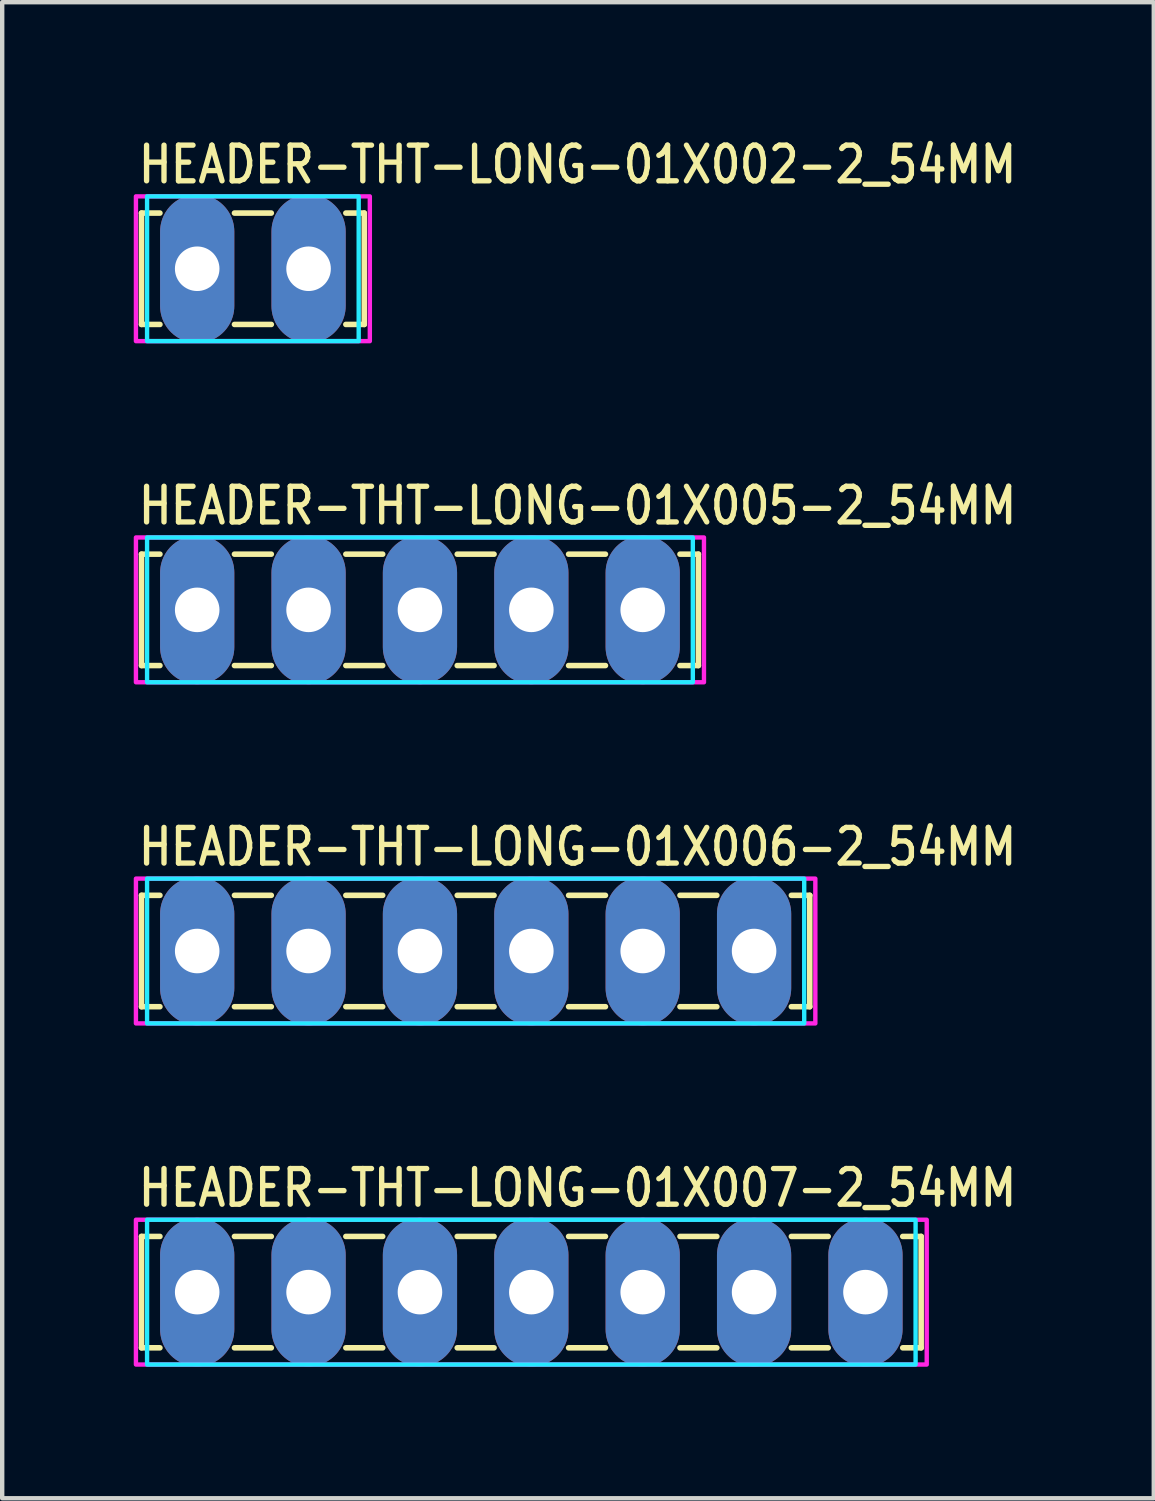
<source format=kicad_pcb>
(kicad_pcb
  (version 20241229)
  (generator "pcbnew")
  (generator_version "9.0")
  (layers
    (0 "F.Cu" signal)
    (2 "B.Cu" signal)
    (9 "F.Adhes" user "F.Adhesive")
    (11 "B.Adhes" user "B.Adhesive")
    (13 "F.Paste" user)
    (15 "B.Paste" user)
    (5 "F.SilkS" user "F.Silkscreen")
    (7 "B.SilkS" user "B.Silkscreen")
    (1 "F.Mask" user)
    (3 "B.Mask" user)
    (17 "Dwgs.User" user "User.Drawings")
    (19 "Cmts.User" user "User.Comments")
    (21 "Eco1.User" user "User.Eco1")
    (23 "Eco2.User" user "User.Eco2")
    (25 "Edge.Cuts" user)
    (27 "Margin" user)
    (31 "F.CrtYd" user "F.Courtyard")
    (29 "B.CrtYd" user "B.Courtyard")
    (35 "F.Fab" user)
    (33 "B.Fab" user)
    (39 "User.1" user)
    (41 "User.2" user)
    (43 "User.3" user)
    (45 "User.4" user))
  (footprint "HEADER-THT-LONG-01X005-2_54MM"
    (layer "F.Cu")
    (at 1.447 10.858)
    (property "Reference" "HEADER-THT-LONG-01X005-2_54MM" (at -1.4 -1.9 0) (unlocked yes) (layer "F.SilkS") (effects (font (size 0.813 0.695) (thickness 0.122)) (justify left bottom)))
    (fp_line (start -1.27 -1.27) (end -1.27 1.27) (stroke (width 0.127) (type solid)) (layer "F.SilkS"))
    (fp_line (start -1.27 1.27) (end -0.85 1.27) (stroke (width 0.127) (type solid)) (layer "F.SilkS"))
    (fp_line (start -0.85 -1.27) (end -1.27 -1.27) (stroke (width 0.127) (type solid)) (layer "F.SilkS"))
    (fp_line (start 0.85 -1.27) (end 1.69 -1.27) (stroke (width 0.127) (type solid)) (layer "F.SilkS"))
    (fp_line (start 0.85 1.27) (end 1.69 1.27) (stroke (width 0.127) (type solid)) (layer "F.SilkS"))
    (fp_line (start 3.39 -1.27) (end 4.23 -1.27) (stroke (width 0.127) (type solid)) (layer "F.SilkS"))
    (fp_line (start 3.39 1.27) (end 4.23 1.27) (stroke (width 0.127) (type solid)) (layer "F.SilkS"))
    (fp_line (start 5.93 -1.27) (end 6.77 -1.27) (stroke (width 0.127) (type solid)) (layer "F.SilkS"))
    (fp_line (start 5.93 1.27) (end 6.77 1.27) (stroke (width 0.127) (type solid)) (layer "F.SilkS"))
    (fp_line (start 8.47 -1.27) (end 9.31 -1.27) (stroke (width 0.127) (type solid)) (layer "F.SilkS"))
    (fp_line (start 8.47 1.27) (end 9.31 1.27) (stroke (width 0.127) (type solid)) (layer "F.SilkS"))
    (fp_line (start 11.01 -1.27) (end 11.43 -1.27) (stroke (width 0.127) (type solid)) (layer "F.SilkS"))
    (fp_line (start 11.43 -1.27) (end 11.43 1.27) (stroke (width 0.127) (type solid)) (layer "F.SilkS"))
    (fp_line (start 11.43 1.27) (end 11.01 1.27) (stroke (width 0.127) (type solid)) (layer "F.SilkS"))
    (fp_poly (pts (xy -1.143 -1.651) (xy 11.303 -1.651) (xy 11.303 1.651) (xy -1.143 1.651)) (stroke (width 0.1) (type solid)) (fill no) (layer "B.CrtYd"))
    (fp_poly (pts (xy -1.397 -1.651) (xy 11.557 -1.651) (xy 11.557 1.651) (xy -1.397 1.651)) (stroke (width 0.1) (type solid)) (fill no) (layer "F.CrtYd"))
    (pad "P$1" thru_hole oval (at 0 0 90) (size 3.387 1.693) (drill 1.016) (layers "*.Cu" "*.Mask"))
    (pad "P$2" thru_hole oval (at 2.54 0 90) (size 3.387 1.693) (drill 1.016) (layers "*.Cu" "*.Mask"))
    (pad "P$3" thru_hole oval (at 5.08 0 90) (size 3.387 1.693) (drill 1.016) (layers "*.Cu" "*.Mask"))
    (pad "P$4" thru_hole oval (at 7.62 0 90) (size 3.387 1.693) (drill 1.016) (layers "*.Cu" "*.Mask"))
    (pad "P$5" thru_hole oval (at 10.16 0 90) (size 3.387 1.693) (drill 1.016) (layers "*.Cu" "*.Mask")))
  (footprint "HEADER-THT-LONG-01X006-2_54MM"
    (layer "F.Cu")
    (at 1.447 18.638)
    (property "Reference" "HEADER-THT-LONG-01X006-2_54MM" (at -1.4 -1.9 0) (unlocked yes) (layer "F.SilkS") (effects (font (size 0.813 0.695) (thickness 0.122)) (justify left bottom)))
    (fp_line (start -1.27 -1.27) (end -1.27 1.27) (stroke (width 0.127) (type solid)) (layer "F.SilkS"))
    (fp_line (start -1.27 1.27) (end -0.85 1.27) (stroke (width 0.127) (type solid)) (layer "F.SilkS"))
    (fp_line (start -0.85 -1.27) (end -1.27 -1.27) (stroke (width 0.127) (type solid)) (layer "F.SilkS"))
    (fp_line (start 0.85 -1.27) (end 1.69 -1.27) (stroke (width 0.127) (type solid)) (layer "F.SilkS"))
    (fp_line (start 0.85 1.27) (end 1.69 1.27) (stroke (width 0.127) (type solid)) (layer "F.SilkS"))
    (fp_line (start 3.39 -1.27) (end 4.23 -1.27) (stroke (width 0.127) (type solid)) (layer "F.SilkS"))
    (fp_line (start 3.39 1.27) (end 4.23 1.27) (stroke (width 0.127) (type solid)) (layer "F.SilkS"))
    (fp_line (start 5.93 -1.27) (end 6.77 -1.27) (stroke (width 0.127) (type solid)) (layer "F.SilkS"))
    (fp_line (start 5.93 1.27) (end 6.77 1.27) (stroke (width 0.127) (type solid)) (layer "F.SilkS"))
    (fp_line (start 8.47 -1.27) (end 9.31 -1.27) (stroke (width 0.127) (type solid)) (layer "F.SilkS"))
    (fp_line (start 8.47 1.27) (end 9.31 1.27) (stroke (width 0.127) (type solid)) (layer "F.SilkS"))
    (fp_line (start 11.01 -1.27) (end 11.85 -1.27) (stroke (width 0.127) (type solid)) (layer "F.SilkS"))
    (fp_line (start 11.01 1.27) (end 11.85 1.27) (stroke (width 0.127) (type solid)) (layer "F.SilkS"))
    (fp_line (start 13.55 -1.27) (end 13.97 -1.27) (stroke (width 0.127) (type solid)) (layer "F.SilkS"))
    (fp_line (start 13.97 -1.27) (end 13.97 1.27) (stroke (width 0.127) (type solid)) (layer "F.SilkS"))
    (fp_line (start 13.97 1.27) (end 13.55 1.27) (stroke (width 0.127) (type solid)) (layer "F.SilkS"))
    (fp_poly (pts (xy -1.143 -1.651) (xy 13.843 -1.651) (xy 13.843 1.651) (xy -1.143 1.651)) (stroke (width 0.1) (type solid)) (fill no) (layer "B.CrtYd"))
    (fp_poly (pts (xy -1.397 -1.651) (xy 14.097 -1.651) (xy 14.097 1.651) (xy -1.397 1.651)) (stroke (width 0.1) (type solid)) (fill no) (layer "F.CrtYd"))
    (pad "P$1" thru_hole oval (at 0 0 90) (size 3.387 1.693) (drill 1.016) (layers "*.Cu" "*.Mask"))
    (pad "P$2" thru_hole oval (at 2.54 0 90) (size 3.387 1.693) (drill 1.016) (layers "*.Cu" "*.Mask"))
    (pad "P$3" thru_hole oval (at 5.08 0 90) (size 3.387 1.693) (drill 1.016) (layers "*.Cu" "*.Mask"))
    (pad "P$4" thru_hole oval (at 7.62 0 90) (size 3.387 1.693) (drill 1.016) (layers "*.Cu" "*.Mask"))
    (pad "P$5" thru_hole oval (at 10.16 0 90) (size 3.387 1.693) (drill 1.016) (layers "*.Cu" "*.Mask"))
    (pad "P$6" thru_hole oval (at 12.7 0 90) (size 3.387 1.693) (drill 1.016) (layers "*.Cu" "*.Mask")))
  (footprint "HEADER-THT-LONG-01X007-2_54MM"
    (layer "F.Cu")
    (at 1.447 26.417)
    (property "Reference" "HEADER-THT-LONG-01X007-2_54MM" (at -1.4 -1.9 0) (unlocked yes) (layer "F.SilkS") (effects (font (size 0.813 0.695) (thickness 0.122)) (justify left bottom)))
    (fp_line (start -1.27 -1.27) (end -1.27 1.27) (stroke (width 0.127) (type solid)) (layer "F.SilkS"))
    (fp_line (start -1.27 1.27) (end -0.85 1.27) (stroke (width 0.127) (type solid)) (layer "F.SilkS"))
    (fp_line (start -0.85 -1.27) (end -1.27 -1.27) (stroke (width 0.127) (type solid)) (layer "F.SilkS"))
    (fp_line (start 0.85 -1.27) (end 1.69 -1.27) (stroke (width 0.127) (type solid)) (layer "F.SilkS"))
    (fp_line (start 0.85 1.27) (end 1.69 1.27) (stroke (width 0.127) (type solid)) (layer "F.SilkS"))
    (fp_line (start 3.39 -1.27) (end 4.23 -1.27) (stroke (width 0.127) (type solid)) (layer "F.SilkS"))
    (fp_line (start 3.39 1.27) (end 4.23 1.27) (stroke (width 0.127) (type solid)) (layer "F.SilkS"))
    (fp_line (start 5.93 -1.27) (end 6.77 -1.27) (stroke (width 0.127) (type solid)) (layer "F.SilkS"))
    (fp_line (start 5.93 1.27) (end 6.77 1.27) (stroke (width 0.127) (type solid)) (layer "F.SilkS"))
    (fp_line (start 8.47 -1.27) (end 9.31 -1.27) (stroke (width 0.127) (type solid)) (layer "F.SilkS"))
    (fp_line (start 8.47 1.27) (end 9.31 1.27) (stroke (width 0.127) (type solid)) (layer "F.SilkS"))
    (fp_line (start 11.01 -1.27) (end 11.85 -1.27) (stroke (width 0.127) (type solid)) (layer "F.SilkS"))
    (fp_line (start 11.01 1.27) (end 11.85 1.27) (stroke (width 0.127) (type solid)) (layer "F.SilkS"))
    (fp_line (start 13.55 -1.27) (end 14.39 -1.27) (stroke (width 0.127) (type solid)) (layer "F.SilkS"))
    (fp_line (start 13.55 1.27) (end 14.39 1.27) (stroke (width 0.127) (type solid)) (layer "F.SilkS"))
    (fp_line (start 16.09 -1.27) (end 16.51 -1.27) (stroke (width 0.127) (type solid)) (layer "F.SilkS"))
    (fp_line (start 16.51 -1.27) (end 16.51 1.27) (stroke (width 0.127) (type solid)) (layer "F.SilkS"))
    (fp_line (start 16.51 1.27) (end 16.09 1.27) (stroke (width 0.127) (type solid)) (layer "F.SilkS"))
    (fp_poly (pts (xy -1.143 -1.651) (xy 16.383 -1.651) (xy 16.383 1.651) (xy -1.143 1.651)) (stroke (width 0.1) (type solid)) (fill no) (layer "B.CrtYd"))
    (fp_poly (pts (xy -1.397 -1.651) (xy 16.637 -1.651) (xy 16.637 1.651) (xy -1.397 1.651)) (stroke (width 0.1) (type solid)) (fill no) (layer "F.CrtYd"))
    (pad "P$1" thru_hole oval (at 0 0 90) (size 3.387 1.693) (drill 1.016) (layers "*.Cu" "*.Mask"))
    (pad "P$2" thru_hole oval (at 2.54 0 90) (size 3.387 1.693) (drill 1.016) (layers "*.Cu" "*.Mask"))
    (pad "P$3" thru_hole oval (at 5.08 0 90) (size 3.387 1.693) (drill 1.016) (layers "*.Cu" "*.Mask"))
    (pad "P$4" thru_hole oval (at 7.62 0 90) (size 3.387 1.693) (drill 1.016) (layers "*.Cu" "*.Mask"))
    (pad "P$5" thru_hole oval (at 10.16 0 90) (size 3.387 1.693) (drill 1.016) (layers "*.Cu" "*.Mask"))
    (pad "P$6" thru_hole oval (at 12.7 0 90) (size 3.387 1.693) (drill 1.016) (layers "*.Cu" "*.Mask"))
    (pad "P$7" thru_hole oval (at 15.24 0 90) (size 3.387 1.693) (drill 1.016) (layers "*.Cu" "*.Mask")))
  (footprint "HEADER-THT-LONG-01X002-2_54MM"
    (layer "F.Cu")
    (at 1.447 3.079)
    (property "Reference" "HEADER-THT-LONG-01X002-2_54MM" (at -1.4 -1.9 0) (unlocked yes) (layer "F.SilkS") (effects (font (size 0.813 0.695) (thickness 0.122)) (justify left bottom)))
    (fp_line (start -1.27 -1.27) (end -1.27 1.27) (stroke (width 0.127) (type solid)) (layer "F.SilkS"))
    (fp_line (start -1.27 1.27) (end -0.85 1.27) (stroke (width 0.127) (type solid)) (layer "F.SilkS"))
    (fp_line (start -0.85 -1.27) (end -1.27 -1.27) (stroke (width 0.127) (type solid)) (layer "F.SilkS"))
    (fp_line (start 0.85 -1.27) (end 1.69 -1.27) (stroke (width 0.127) (type solid)) (layer "F.SilkS"))
    (fp_line (start 0.85 1.27) (end 1.69 1.27) (stroke (width 0.127) (type solid)) (layer "F.SilkS"))
    (fp_line (start 3.39 -1.27) (end 3.81 -1.27) (stroke (width 0.127) (type solid)) (layer "F.SilkS"))
    (fp_line (start 3.81 -1.27) (end 3.81 1.27) (stroke (width 0.127) (type solid)) (layer "F.SilkS"))
    (fp_line (start 3.81 1.27) (end 3.39 1.27) (stroke (width 0.127) (type solid)) (layer "F.SilkS"))
    (fp_poly (pts (xy -1.143 -1.651) (xy 3.683 -1.651) (xy 3.683 1.651) (xy -1.143 1.651)) (stroke (width 0.1) (type solid)) (fill no) (layer "B.CrtYd"))
    (fp_poly (pts (xy -1.397 -1.651) (xy 3.937 -1.651) (xy 3.937 1.651) (xy -1.397 1.651)) (stroke (width 0.1) (type solid)) (fill no) (layer "F.CrtYd"))
    (pad "P$1" thru_hole oval (at 0 0 90) (size 3.387 1.693) (drill 1.016) (layers "*.Cu" "*.Mask"))
    (pad "P$2" thru_hole oval (at 2.54 0 90) (size 3.387 1.693) (drill 1.016) (layers "*.Cu" "*.Mask")))
  (gr_rect
    (start -3 -3)
    (end 23.262 31.118)
    (stroke (width 0.1) (type default))
    (fill no)
    (layer "Edge.Cuts")))
</source>
